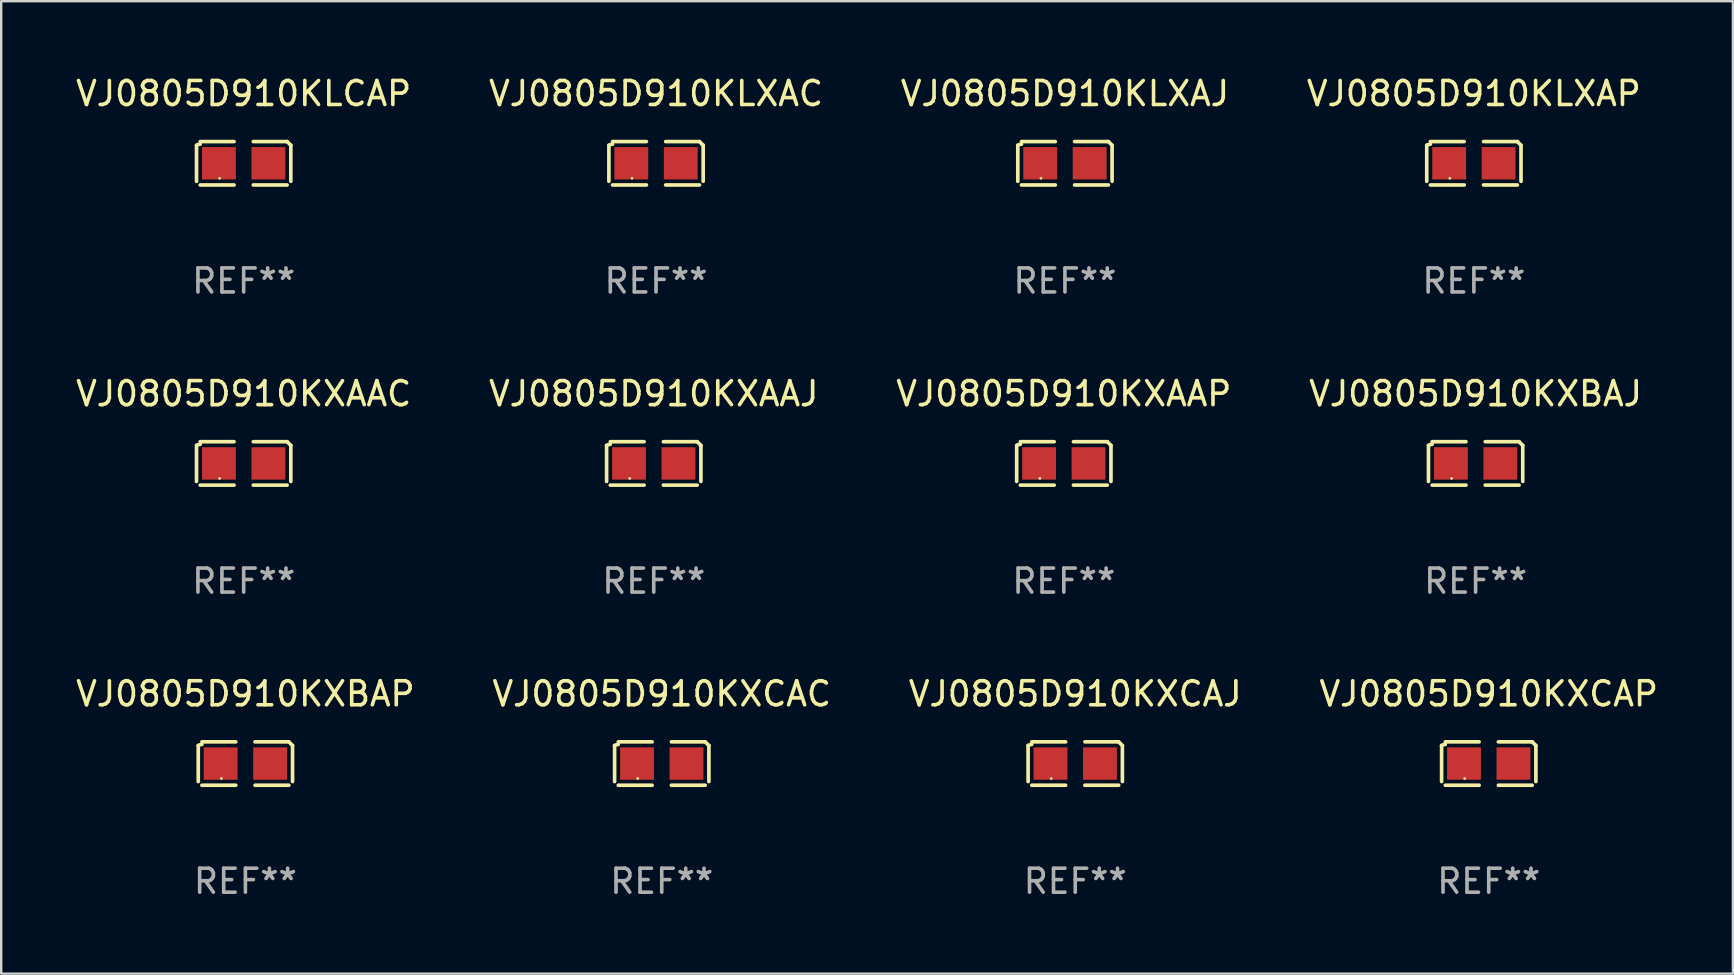
<source format=kicad_pcb>
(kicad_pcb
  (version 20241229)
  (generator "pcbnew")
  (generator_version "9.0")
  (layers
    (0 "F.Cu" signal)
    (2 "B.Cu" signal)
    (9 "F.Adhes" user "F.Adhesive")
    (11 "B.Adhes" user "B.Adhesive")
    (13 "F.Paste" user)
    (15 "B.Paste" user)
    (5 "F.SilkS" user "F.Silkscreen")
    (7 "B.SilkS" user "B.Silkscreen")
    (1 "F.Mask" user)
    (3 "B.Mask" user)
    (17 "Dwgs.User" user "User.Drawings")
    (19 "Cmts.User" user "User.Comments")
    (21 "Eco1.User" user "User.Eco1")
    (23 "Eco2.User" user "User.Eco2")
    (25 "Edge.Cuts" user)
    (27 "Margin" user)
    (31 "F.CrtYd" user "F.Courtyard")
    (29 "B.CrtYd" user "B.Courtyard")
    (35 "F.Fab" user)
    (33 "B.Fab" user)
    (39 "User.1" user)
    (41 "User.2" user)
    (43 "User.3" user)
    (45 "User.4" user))
  (footprint "VJ0805D910KXAAJ"
    (layer "F.Cu")
    (at 24.185 16.256)
    (property "Reference" "VJ0805D910KXAAJ" (at 0 -2.904 0) (layer "F.SilkS") (effects (font (size 1 1) (thickness 0.15))))
    (attr through_hole)
    (fp_line (start -1.964 0.751) (end -1.964 -0.751) (stroke (width 0.152) (type solid)) (layer "F.SilkS"))
    (fp_line (start -1.811 -0.904) (end -0.401 -0.904) (stroke (width 0.152) (type solid)) (layer "F.SilkS"))
    (fp_line (start -0.401 0.904) (end -1.811 0.904) (stroke (width 0.152) (type solid)) (layer "F.SilkS"))
    (fp_line (start 0.401 0.904) (end 1.811 0.904) (stroke (width 0.152) (type solid)) (layer "F.SilkS"))
    (fp_line (start 1.811 -0.904) (end 0.401 -0.904) (stroke (width 0.152) (type solid)) (layer "F.SilkS"))
    (fp_line (start 1.964 0.751) (end 1.964 -0.751) (stroke (width 0.152) (type solid)) (layer "F.SilkS"))
    (fp_arc (start -1.963602 -0.751207) (mid -1.890354 -0.783131) (end -1.811201 -0.794044) (stroke (width 0.1524) (type solid)) (layer "F.SilkS"))
    (fp_arc (start 1.811202 -0.903607) (mid 1.887413 -0.827418) (end 1.963602 -0.751207) (stroke (width 0.1524) (type solid)) (layer "F.SilkS"))
    (fp_circle (center -1 0.625) (end -0.97 0.625) (stroke (width 0.06) (type solid)) (fill no) (layer "F.SilkS"))
    (fp_text user "REF**" (at 0 4.904 0) (layer "F.Fab") (effects (font (size 1 1) (thickness 0.15))))
    (pad "1" smd rect (at -1.03 0) (size 1.41 1.35) (layers "F.Cu" "F.Mask" "F.Paste"))
    (pad "2" smd rect (at 1.03 0) (size 1.41 1.35) (layers "F.Cu" "F.Mask" "F.Paste")))
  (footprint "VJ0805D910KXCAP"
    (layer "F.Cu")
    (at 58.97 28.759)
    (property "Reference" "VJ0805D910KXCAP" (at 0 -2.904 0) (layer "F.SilkS") (effects (font (size 1 1) (thickness 0.15))))
    (attr through_hole)
    (fp_line (start -1.964 0.751) (end -1.964 -0.751) (stroke (width 0.152) (type solid)) (layer "F.SilkS"))
    (fp_line (start -1.811 -0.904) (end -0.401 -0.904) (stroke (width 0.152) (type solid)) (layer "F.SilkS"))
    (fp_line (start -0.401 0.904) (end -1.811 0.904) (stroke (width 0.152) (type solid)) (layer "F.SilkS"))
    (fp_line (start 0.401 0.904) (end 1.811 0.904) (stroke (width 0.152) (type solid)) (layer "F.SilkS"))
    (fp_line (start 1.811 -0.904) (end 0.401 -0.904) (stroke (width 0.152) (type solid)) (layer "F.SilkS"))
    (fp_line (start 1.964 0.751) (end 1.964 -0.751) (stroke (width 0.152) (type solid)) (layer "F.SilkS"))
    (fp_arc (start -1.963602 -0.751207) (mid -1.890354 -0.783131) (end -1.811201 -0.794044) (stroke (width 0.1524) (type solid)) (layer "F.SilkS"))
    (fp_arc (start 1.811202 -0.903607) (mid 1.887413 -0.827418) (end 1.963602 -0.751207) (stroke (width 0.1524) (type solid)) (layer "F.SilkS"))
    (fp_circle (center -1 0.625) (end -0.97 0.625) (stroke (width 0.06) (type solid)) (fill no) (layer "F.SilkS"))
    (fp_text user "REF**" (at 0 4.904 0) (layer "F.Fab") (effects (font (size 1 1) (thickness 0.15))))
    (pad "1" smd rect (at -1.03 0) (size 1.41 1.35) (layers "F.Cu" "F.Mask" "F.Paste"))
    (pad "2" smd rect (at 1.03 0) (size 1.41 1.35) (layers "F.Cu" "F.Mask" "F.Paste")))
  (footprint "VJ0805D910KXCAC"
    (layer "F.Cu")
    (at 24.518 28.759)
    (property "Reference" "VJ0805D910KXCAC" (at 0 -2.904 0) (layer "F.SilkS") (effects (font (size 1 1) (thickness 0.15))))
    (attr through_hole)
    (fp_line (start -1.964 0.751) (end -1.964 -0.751) (stroke (width 0.152) (type solid)) (layer "F.SilkS"))
    (fp_line (start -1.811 -0.904) (end -0.401 -0.904) (stroke (width 0.152) (type solid)) (layer "F.SilkS"))
    (fp_line (start -0.401 0.904) (end -1.811 0.904) (stroke (width 0.152) (type solid)) (layer "F.SilkS"))
    (fp_line (start 0.401 0.904) (end 1.811 0.904) (stroke (width 0.152) (type solid)) (layer "F.SilkS"))
    (fp_line (start 1.811 -0.904) (end 0.401 -0.904) (stroke (width 0.152) (type solid)) (layer "F.SilkS"))
    (fp_line (start 1.964 0.751) (end 1.964 -0.751) (stroke (width 0.152) (type solid)) (layer "F.SilkS"))
    (fp_arc (start -1.963602 -0.751207) (mid -1.890354 -0.783131) (end -1.811201 -0.794044) (stroke (width 0.1524) (type solid)) (layer "F.SilkS"))
    (fp_arc (start 1.811202 -0.903607) (mid 1.887413 -0.827418) (end 1.963602 -0.751207) (stroke (width 0.1524) (type solid)) (layer "F.SilkS"))
    (fp_circle (center -1 0.625) (end -0.97 0.625) (stroke (width 0.06) (type solid)) (fill no) (layer "F.SilkS"))
    (fp_text user "REF**" (at 0 4.904 0) (layer "F.Fab") (effects (font (size 1 1) (thickness 0.15))))
    (pad "1" smd rect (at -1.03 0) (size 1.41 1.35) (layers "F.Cu" "F.Mask" "F.Paste"))
    (pad "2" smd rect (at 1.03 0) (size 1.41 1.35) (layers "F.Cu" "F.Mask" "F.Paste")))
  (footprint "VJ0805D910KXAAC"
    (layer "F.Cu")
    (at 7.101 16.256)
    (property "Reference" "VJ0805D910KXAAC" (at 0 -2.904 0) (layer "F.SilkS") (effects (font (size 1 1) (thickness 0.15))))
    (attr through_hole)
    (fp_line (start -1.964 0.751) (end -1.964 -0.751) (stroke (width 0.152) (type solid)) (layer "F.SilkS"))
    (fp_line (start -1.811 -0.904) (end -0.401 -0.904) (stroke (width 0.152) (type solid)) (layer "F.SilkS"))
    (fp_line (start -0.401 0.904) (end -1.811 0.904) (stroke (width 0.152) (type solid)) (layer "F.SilkS"))
    (fp_line (start 0.401 0.904) (end 1.811 0.904) (stroke (width 0.152) (type solid)) (layer "F.SilkS"))
    (fp_line (start 1.811 -0.904) (end 0.401 -0.904) (stroke (width 0.152) (type solid)) (layer "F.SilkS"))
    (fp_line (start 1.964 0.751) (end 1.964 -0.751) (stroke (width 0.152) (type solid)) (layer "F.SilkS"))
    (fp_arc (start -1.963602 -0.751207) (mid -1.890354 -0.783131) (end -1.811201 -0.794044) (stroke (width 0.1524) (type solid)) (layer "F.SilkS"))
    (fp_arc (start 1.811202 -0.903607) (mid 1.887413 -0.827418) (end 1.963602 -0.751207) (stroke (width 0.1524) (type solid)) (layer "F.SilkS"))
    (fp_circle (center -1 0.625) (end -0.97 0.625) (stroke (width 0.06) (type solid)) (fill no) (layer "F.SilkS"))
    (fp_text user "REF**" (at 0 4.904 0) (layer "F.Fab") (effects (font (size 1 1) (thickness 0.15))))
    (pad "1" smd rect (at -1.03 0) (size 1.41 1.35) (layers "F.Cu" "F.Mask" "F.Paste"))
    (pad "2" smd rect (at 1.03 0) (size 1.41 1.35) (layers "F.Cu" "F.Mask" "F.Paste")))
  (footprint "VJ0805D910KLXAP"
    (layer "F.Cu")
    (at 58.351 3.752)
    (property "Reference" "VJ0805D910KLXAP" (at 0 -2.904 0) (layer "F.SilkS") (effects (font (size 1 1) (thickness 0.15))))
    (attr through_hole)
    (fp_line (start -1.964 0.751) (end -1.964 -0.751) (stroke (width 0.152) (type solid)) (layer "F.SilkS"))
    (fp_line (start -1.811 -0.904) (end -0.401 -0.904) (stroke (width 0.152) (type solid)) (layer "F.SilkS"))
    (fp_line (start -0.401 0.904) (end -1.811 0.904) (stroke (width 0.152) (type solid)) (layer "F.SilkS"))
    (fp_line (start 0.401 0.904) (end 1.811 0.904) (stroke (width 0.152) (type solid)) (layer "F.SilkS"))
    (fp_line (start 1.811 -0.904) (end 0.401 -0.904) (stroke (width 0.152) (type solid)) (layer "F.SilkS"))
    (fp_line (start 1.964 0.751) (end 1.964 -0.751) (stroke (width 0.152) (type solid)) (layer "F.SilkS"))
    (fp_arc (start -1.963602 -0.751207) (mid -1.890354 -0.783131) (end -1.811201 -0.794044) (stroke (width 0.1524) (type solid)) (layer "F.SilkS"))
    (fp_arc (start 1.811202 -0.903607) (mid 1.887413 -0.827418) (end 1.963602 -0.751207) (stroke (width 0.1524) (type solid)) (layer "F.SilkS"))
    (fp_circle (center -1 0.625) (end -0.97 0.625) (stroke (width 0.06) (type solid)) (fill no) (layer "F.SilkS"))
    (fp_text user "REF**" (at 0 4.904 0) (layer "F.Fab") (effects (font (size 1 1) (thickness 0.15))))
    (pad "1" smd rect (at -1.03 0) (size 1.41 1.35) (layers "F.Cu" "F.Mask" "F.Paste"))
    (pad "2" smd rect (at 1.03 0) (size 1.41 1.35) (layers "F.Cu" "F.Mask" "F.Paste")))
  (footprint "VJ0805D910KXCAJ"
    (layer "F.Cu")
    (at 41.744 28.759)
    (property "Reference" "VJ0805D910KXCAJ" (at 0 -2.904 0) (layer "F.SilkS") (effects (font (size 1 1) (thickness 0.15))))
    (attr through_hole)
    (fp_line (start -1.964 0.751) (end -1.964 -0.751) (stroke (width 0.152) (type solid)) (layer "F.SilkS"))
    (fp_line (start -1.811 -0.904) (end -0.401 -0.904) (stroke (width 0.152) (type solid)) (layer "F.SilkS"))
    (fp_line (start -0.401 0.904) (end -1.811 0.904) (stroke (width 0.152) (type solid)) (layer "F.SilkS"))
    (fp_line (start 0.401 0.904) (end 1.811 0.904) (stroke (width 0.152) (type solid)) (layer "F.SilkS"))
    (fp_line (start 1.811 -0.904) (end 0.401 -0.904) (stroke (width 0.152) (type solid)) (layer "F.SilkS"))
    (fp_line (start 1.964 0.751) (end 1.964 -0.751) (stroke (width 0.152) (type solid)) (layer "F.SilkS"))
    (fp_arc (start -1.963602 -0.751207) (mid -1.890354 -0.783131) (end -1.811201 -0.794044) (stroke (width 0.1524) (type solid)) (layer "F.SilkS"))
    (fp_arc (start 1.811202 -0.903607) (mid 1.887413 -0.827418) (end 1.963602 -0.751207) (stroke (width 0.1524) (type solid)) (layer "F.SilkS"))
    (fp_circle (center -1 0.625) (end -0.97 0.625) (stroke (width 0.06) (type solid)) (fill no) (layer "F.SilkS"))
    (fp_text user "REF**" (at 0 4.904 0) (layer "F.Fab") (effects (font (size 1 1) (thickness 0.15))))
    (pad "1" smd rect (at -1.03 0) (size 1.41 1.35) (layers "F.Cu" "F.Mask" "F.Paste"))
    (pad "2" smd rect (at 1.03 0) (size 1.41 1.35) (layers "F.Cu" "F.Mask" "F.Paste")))
  (footprint "VJ0805D910KXBAP"
    (layer "F.Cu")
    (at 7.173 28.759)
    (property "Reference" "VJ0805D910KXBAP" (at 0 -2.904 0) (layer "F.SilkS") (effects (font (size 1 1) (thickness 0.15))))
    (attr through_hole)
    (fp_line (start -1.964 0.751) (end -1.964 -0.751) (stroke (width 0.152) (type solid)) (layer "F.SilkS"))
    (fp_line (start -1.811 -0.904) (end -0.401 -0.904) (stroke (width 0.152) (type solid)) (layer "F.SilkS"))
    (fp_line (start -0.401 0.904) (end -1.811 0.904) (stroke (width 0.152) (type solid)) (layer "F.SilkS"))
    (fp_line (start 0.401 0.904) (end 1.811 0.904) (stroke (width 0.152) (type solid)) (layer "F.SilkS"))
    (fp_line (start 1.811 -0.904) (end 0.401 -0.904) (stroke (width 0.152) (type solid)) (layer "F.SilkS"))
    (fp_line (start 1.964 0.751) (end 1.964 -0.751) (stroke (width 0.152) (type solid)) (layer "F.SilkS"))
    (fp_arc (start -1.963602 -0.751207) (mid -1.890354 -0.783131) (end -1.811201 -0.794044) (stroke (width 0.1524) (type solid)) (layer "F.SilkS"))
    (fp_arc (start 1.811202 -0.903607) (mid 1.887413 -0.827418) (end 1.963602 -0.751207) (stroke (width 0.1524) (type solid)) (layer "F.SilkS"))
    (fp_circle (center -1 0.625) (end -0.97 0.625) (stroke (width 0.06) (type solid)) (fill no) (layer "F.SilkS"))
    (fp_text user "REF**" (at 0 4.904 0) (layer "F.Fab") (effects (font (size 1 1) (thickness 0.15))))
    (pad "1" smd rect (at -1.03 0) (size 1.41 1.35) (layers "F.Cu" "F.Mask" "F.Paste"))
    (pad "2" smd rect (at 1.03 0) (size 1.41 1.35) (layers "F.Cu" "F.Mask" "F.Paste")))
  (footprint "VJ0805D910KLXAJ"
    (layer "F.Cu")
    (at 41.315 3.752)
    (property "Reference" "VJ0805D910KLXAJ" (at 0 -2.904 0) (layer "F.SilkS") (effects (font (size 1 1) (thickness 0.15))))
    (attr through_hole)
    (fp_line (start -1.964 0.751) (end -1.964 -0.751) (stroke (width 0.152) (type solid)) (layer "F.SilkS"))
    (fp_line (start -1.811 -0.904) (end -0.401 -0.904) (stroke (width 0.152) (type solid)) (layer "F.SilkS"))
    (fp_line (start -0.401 0.904) (end -1.811 0.904) (stroke (width 0.152) (type solid)) (layer "F.SilkS"))
    (fp_line (start 0.401 0.904) (end 1.811 0.904) (stroke (width 0.152) (type solid)) (layer "F.SilkS"))
    (fp_line (start 1.811 -0.904) (end 0.401 -0.904) (stroke (width 0.152) (type solid)) (layer "F.SilkS"))
    (fp_line (start 1.964 0.751) (end 1.964 -0.751) (stroke (width 0.152) (type solid)) (layer "F.SilkS"))
    (fp_arc (start -1.963602 -0.751207) (mid -1.890354 -0.783131) (end -1.811201 -0.794044) (stroke (width 0.1524) (type solid)) (layer "F.SilkS"))
    (fp_arc (start 1.811202 -0.903607) (mid 1.887413 -0.827418) (end 1.963602 -0.751207) (stroke (width 0.1524) (type solid)) (layer "F.SilkS"))
    (fp_circle (center -1 0.625) (end -0.97 0.625) (stroke (width 0.06) (type solid)) (fill no) (layer "F.SilkS"))
    (fp_text user "REF**" (at 0 4.904 0) (layer "F.Fab") (effects (font (size 1 1) (thickness 0.15))))
    (pad "1" smd rect (at -1.03 0) (size 1.41 1.35) (layers "F.Cu" "F.Mask" "F.Paste"))
    (pad "2" smd rect (at 1.03 0) (size 1.41 1.35) (layers "F.Cu" "F.Mask" "F.Paste")))
  (footprint "VJ0805D910KXAAP"
    (layer "F.Cu")
    (at 41.268 16.256)
    (property "Reference" "VJ0805D910KXAAP" (at 0 -2.904 0) (layer "F.SilkS") (effects (font (size 1 1) (thickness 0.15))))
    (attr through_hole)
    (fp_line (start -1.964 0.751) (end -1.964 -0.751) (stroke (width 0.152) (type solid)) (layer "F.SilkS"))
    (fp_line (start -1.811 -0.904) (end -0.401 -0.904) (stroke (width 0.152) (type solid)) (layer "F.SilkS"))
    (fp_line (start -0.401 0.904) (end -1.811 0.904) (stroke (width 0.152) (type solid)) (layer "F.SilkS"))
    (fp_line (start 0.401 0.904) (end 1.811 0.904) (stroke (width 0.152) (type solid)) (layer "F.SilkS"))
    (fp_line (start 1.811 -0.904) (end 0.401 -0.904) (stroke (width 0.152) (type solid)) (layer "F.SilkS"))
    (fp_line (start 1.964 0.751) (end 1.964 -0.751) (stroke (width 0.152) (type solid)) (layer "F.SilkS"))
    (fp_arc (start -1.963602 -0.751207) (mid -1.890354 -0.783131) (end -1.811201 -0.794044) (stroke (width 0.1524) (type solid)) (layer "F.SilkS"))
    (fp_arc (start 1.811202 -0.903607) (mid 1.887413 -0.827418) (end 1.963602 -0.751207) (stroke (width 0.1524) (type solid)) (layer "F.SilkS"))
    (fp_circle (center -1 0.625) (end -0.97 0.625) (stroke (width 0.06) (type solid)) (fill no) (layer "F.SilkS"))
    (fp_text user "REF**" (at 0 4.904 0) (layer "F.Fab") (effects (font (size 1 1) (thickness 0.15))))
    (pad "1" smd rect (at -1.03 0) (size 1.41 1.35) (layers "F.Cu" "F.Mask" "F.Paste"))
    (pad "2" smd rect (at 1.03 0) (size 1.41 1.35) (layers "F.Cu" "F.Mask" "F.Paste")))
  (footprint "VJ0805D910KXBAJ"
    (layer "F.Cu")
    (at 58.423 16.256)
    (property "Reference" "VJ0805D910KXBAJ" (at 0 -2.904 0) (layer "F.SilkS") (effects (font (size 1 1) (thickness 0.15))))
    (attr through_hole)
    (fp_line (start -1.964 0.751) (end -1.964 -0.751) (stroke (width 0.152) (type solid)) (layer "F.SilkS"))
    (fp_line (start -1.811 -0.904) (end -0.401 -0.904) (stroke (width 0.152) (type solid)) (layer "F.SilkS"))
    (fp_line (start -0.401 0.904) (end -1.811 0.904) (stroke (width 0.152) (type solid)) (layer "F.SilkS"))
    (fp_line (start 0.401 0.904) (end 1.811 0.904) (stroke (width 0.152) (type solid)) (layer "F.SilkS"))
    (fp_line (start 1.811 -0.904) (end 0.401 -0.904) (stroke (width 0.152) (type solid)) (layer "F.SilkS"))
    (fp_line (start 1.964 0.751) (end 1.964 -0.751) (stroke (width 0.152) (type solid)) (layer "F.SilkS"))
    (fp_arc (start -1.963602 -0.751207) (mid -1.890354 -0.783131) (end -1.811201 -0.794044) (stroke (width 0.1524) (type solid)) (layer "F.SilkS"))
    (fp_arc (start 1.811202 -0.903607) (mid 1.887413 -0.827418) (end 1.963602 -0.751207) (stroke (width 0.1524) (type solid)) (layer "F.SilkS"))
    (fp_circle (center -1 0.625) (end -0.97 0.625) (stroke (width 0.06) (type solid)) (fill no) (layer "F.SilkS"))
    (fp_text user "REF**" (at 0 4.904 0) (layer "F.Fab") (effects (font (size 1 1) (thickness 0.15))))
    (pad "1" smd rect (at -1.03 0) (size 1.41 1.35) (layers "F.Cu" "F.Mask" "F.Paste"))
    (pad "2" smd rect (at 1.03 0) (size 1.41 1.35) (layers "F.Cu" "F.Mask" "F.Paste")))
  (footprint "VJ0805D910KLXAC"
    (layer "F.Cu")
    (at 24.28 3.752)
    (property "Reference" "VJ0805D910KLXAC" (at 0 -2.904 0) (layer "F.SilkS") (effects (font (size 1 1) (thickness 0.15))))
    (attr through_hole)
    (fp_line (start -1.964 0.751) (end -1.964 -0.751) (stroke (width 0.152) (type solid)) (layer "F.SilkS"))
    (fp_line (start -1.811 -0.904) (end -0.401 -0.904) (stroke (width 0.152) (type solid)) (layer "F.SilkS"))
    (fp_line (start -0.401 0.904) (end -1.811 0.904) (stroke (width 0.152) (type solid)) (layer "F.SilkS"))
    (fp_line (start 0.401 0.904) (end 1.811 0.904) (stroke (width 0.152) (type solid)) (layer "F.SilkS"))
    (fp_line (start 1.811 -0.904) (end 0.401 -0.904) (stroke (width 0.152) (type solid)) (layer "F.SilkS"))
    (fp_line (start 1.964 0.751) (end 1.964 -0.751) (stroke (width 0.152) (type solid)) (layer "F.SilkS"))
    (fp_arc (start -1.963602 -0.751207) (mid -1.890354 -0.783131) (end -1.811201 -0.794044) (stroke (width 0.1524) (type solid)) (layer "F.SilkS"))
    (fp_arc (start 1.811202 -0.903607) (mid 1.887413 -0.827418) (end 1.963602 -0.751207) (stroke (width 0.1524) (type solid)) (layer "F.SilkS"))
    (fp_circle (center -1 0.625) (end -0.97 0.625) (stroke (width 0.06) (type solid)) (fill no) (layer "F.SilkS"))
    (fp_text user "REF**" (at 0 4.904 0) (layer "F.Fab") (effects (font (size 1 1) (thickness 0.15))))
    (pad "1" smd rect (at -1.03 0) (size 1.41 1.35) (layers "F.Cu" "F.Mask" "F.Paste"))
    (pad "2" smd rect (at 1.03 0) (size 1.41 1.35) (layers "F.Cu" "F.Mask" "F.Paste")))
  (footprint "VJ0805D910KLCAP"
    (layer "F.Cu")
    (at 7.101 3.752)
    (property "Reference" "VJ0805D910KLCAP" (at 0 -2.904 0) (layer "F.SilkS") (effects (font (size 1 1) (thickness 0.15))))
    (attr through_hole)
    (fp_line (start -1.964 0.751) (end -1.964 -0.751) (stroke (width 0.152) (type solid)) (layer "F.SilkS"))
    (fp_line (start -1.811 -0.904) (end -0.401 -0.904) (stroke (width 0.152) (type solid)) (layer "F.SilkS"))
    (fp_line (start -0.401 0.904) (end -1.811 0.904) (stroke (width 0.152) (type solid)) (layer "F.SilkS"))
    (fp_line (start 0.401 0.904) (end 1.811 0.904) (stroke (width 0.152) (type solid)) (layer "F.SilkS"))
    (fp_line (start 1.811 -0.904) (end 0.401 -0.904) (stroke (width 0.152) (type solid)) (layer "F.SilkS"))
    (fp_line (start 1.964 0.751) (end 1.964 -0.751) (stroke (width 0.152) (type solid)) (layer "F.SilkS"))
    (fp_arc (start -1.963602 -0.751207) (mid -1.890354 -0.783131) (end -1.811201 -0.794044) (stroke (width 0.1524) (type solid)) (layer "F.SilkS"))
    (fp_arc (start 1.811202 -0.903607) (mid 1.887413 -0.827418) (end 1.963602 -0.751207) (stroke (width 0.1524) (type solid)) (layer "F.SilkS"))
    (fp_circle (center -1 0.625) (end -0.97 0.625) (stroke (width 0.06) (type solid)) (fill no) (layer "F.SilkS"))
    (fp_text user "REF**" (at 0 4.904 0) (layer "F.Fab") (effects (font (size 1 1) (thickness 0.15))))
    (pad "1" smd rect (at -1.03 0) (size 1.41 1.35) (layers "F.Cu" "F.Mask" "F.Paste"))
    (pad "2" smd rect (at 1.03 0) (size 1.41 1.35) (layers "F.Cu" "F.Mask" "F.Paste")))
  (gr_rect
    (start -3 -3)
    (end 69.143 37.511)
    (stroke (width 0.1) (type default))
    (fill no)
    (layer "Edge.Cuts")))
</source>
